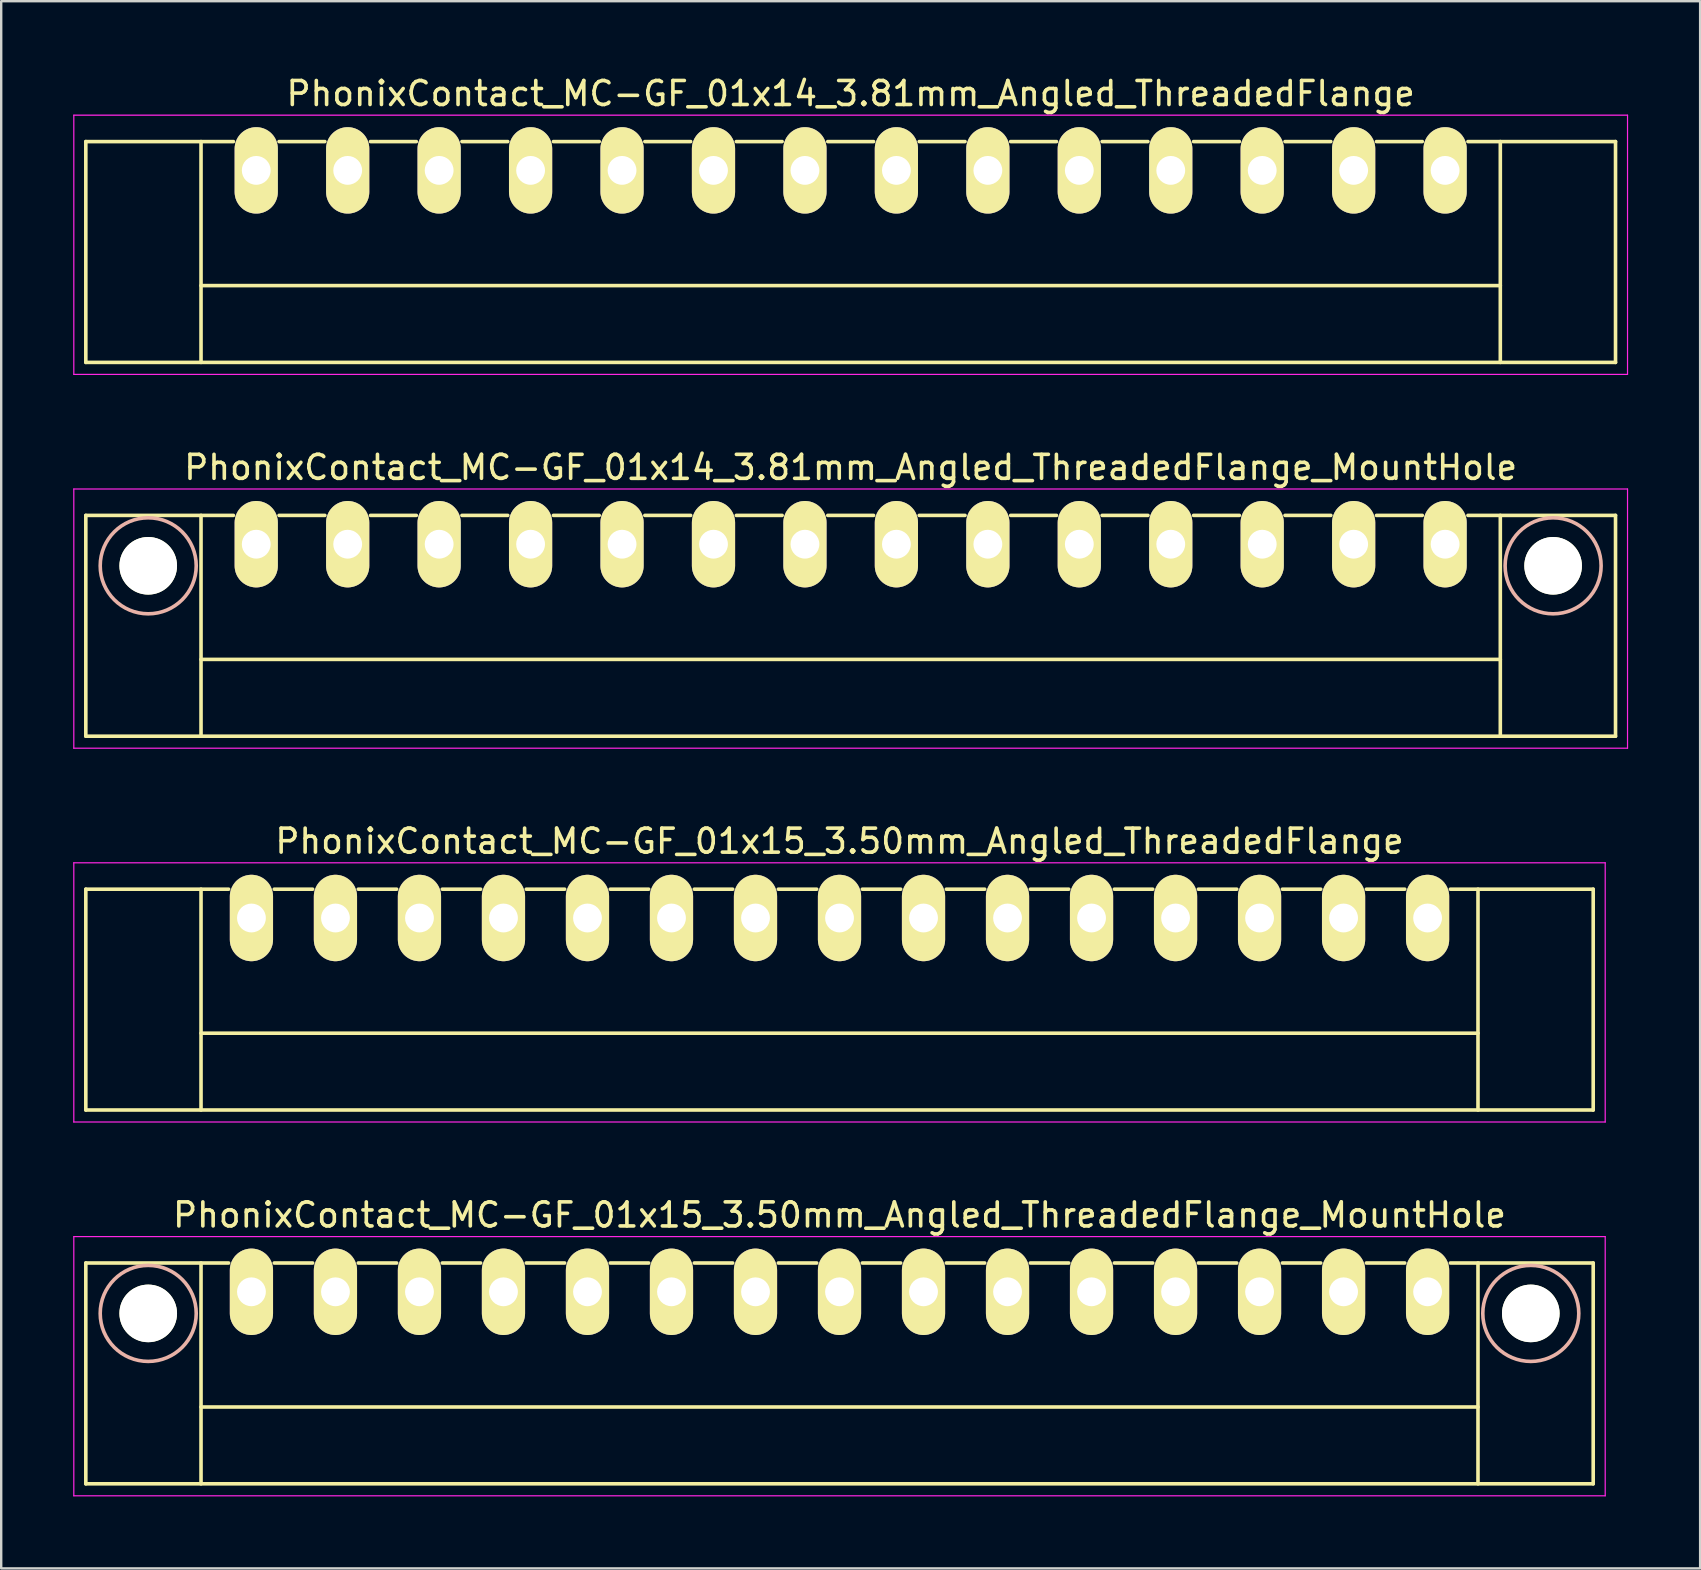
<source format=kicad_pcb>
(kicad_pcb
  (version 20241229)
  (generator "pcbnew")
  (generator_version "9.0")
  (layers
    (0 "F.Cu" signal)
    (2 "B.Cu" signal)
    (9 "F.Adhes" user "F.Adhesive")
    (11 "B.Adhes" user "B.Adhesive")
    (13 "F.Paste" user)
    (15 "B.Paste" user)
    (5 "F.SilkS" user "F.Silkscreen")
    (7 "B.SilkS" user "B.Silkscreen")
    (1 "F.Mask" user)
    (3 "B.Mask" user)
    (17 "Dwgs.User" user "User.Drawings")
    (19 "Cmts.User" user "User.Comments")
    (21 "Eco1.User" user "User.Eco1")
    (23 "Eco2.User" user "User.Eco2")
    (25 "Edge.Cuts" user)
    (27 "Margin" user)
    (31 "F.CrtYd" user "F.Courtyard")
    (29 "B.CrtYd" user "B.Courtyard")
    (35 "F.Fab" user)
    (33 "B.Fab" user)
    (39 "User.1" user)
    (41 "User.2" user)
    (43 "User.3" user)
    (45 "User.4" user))
  (footprint "PhonixContact_MC-GF_01x14_3.81mm_Angled_ThreadedFlange_MountHole"
    (layer "F.Cu")
    (at 7.625 19.622)
    (property "Reference" "PhonixContact_MC-GF_01x14_3.81mm_Angled_ThreadedFlange_MountHole" (at 24.765 -3.2 0) (layer "F.SilkS") (effects (font (size 1 1) (thickness 0.15))))
    (attr through_hole)
    (fp_line (start -7.1 -1.2) (end -7.1 8) (stroke (width 0.15) (type solid)) (layer "F.SilkS"))
    (fp_line (start -7.1 -1.2) (end -0.95 -1.2) (stroke (width 0.15) (type solid)) (layer "F.SilkS"))
    (fp_line (start -7.1 8) (end 56.63 8) (stroke (width 0.15) (type solid)) (layer "F.SilkS"))
    (fp_line (start -2.3 -1.2) (end -2.3 8) (stroke (width 0.15) (type solid)) (layer "F.SilkS"))
    (fp_line (start -2.3 4.8) (end 51.83 4.8) (stroke (width 0.15) (type solid)) (layer "F.SilkS"))
    (fp_line (start 0.95 -1.2) (end 2.86 -1.2) (stroke (width 0.15) (type solid)) (layer "F.SilkS"))
    (fp_line (start 4.76 -1.2) (end 6.67 -1.2) (stroke (width 0.15) (type solid)) (layer "F.SilkS"))
    (fp_line (start 8.57 -1.2) (end 10.48 -1.2) (stroke (width 0.15) (type solid)) (layer "F.SilkS"))
    (fp_line (start 12.38 -1.2) (end 14.29 -1.2) (stroke (width 0.15) (type solid)) (layer "F.SilkS"))
    (fp_line (start 16.19 -1.2) (end 18.1 -1.2) (stroke (width 0.15) (type solid)) (layer "F.SilkS"))
    (fp_line (start 20 -1.2) (end 21.91 -1.2) (stroke (width 0.15) (type solid)) (layer "F.SilkS"))
    (fp_line (start 23.81 -1.2) (end 25.72 -1.2) (stroke (width 0.15) (type solid)) (layer "F.SilkS"))
    (fp_line (start 27.62 -1.2) (end 29.53 -1.2) (stroke (width 0.15) (type solid)) (layer "F.SilkS"))
    (fp_line (start 31.43 -1.2) (end 33.34 -1.2) (stroke (width 0.15) (type solid)) (layer "F.SilkS"))
    (fp_line (start 35.24 -1.2) (end 37.15 -1.2) (stroke (width 0.15) (type solid)) (layer "F.SilkS"))
    (fp_line (start 39.05 -1.2) (end 40.96 -1.2) (stroke (width 0.15) (type solid)) (layer "F.SilkS"))
    (fp_line (start 42.86 -1.2) (end 44.77 -1.2) (stroke (width 0.15) (type solid)) (layer "F.SilkS"))
    (fp_line (start 46.67 -1.2) (end 48.58 -1.2) (stroke (width 0.15) (type solid)) (layer "F.SilkS"))
    (fp_line (start 51.83 -1.2) (end 51.83 8) (stroke (width 0.15) (type solid)) (layer "F.SilkS"))
    (fp_line (start 56.63 -1.2) (end 50.48 -1.2) (stroke (width 0.15) (type solid)) (layer "F.SilkS"))
    (fp_line (start 56.63 8) (end 56.63 -1.2) (stroke (width 0.15) (type solid)) (layer "F.SilkS"))
    (fp_circle (center -4.5 0.9) (end -2.5 0.9) (stroke (width 0.15) (type solid)) (fill no) (layer "B.SilkS"))
    (fp_circle (center 54.03 0.9) (end 56.03 0.9) (stroke (width 0.15) (type solid)) (fill no) (layer "B.SilkS"))
    (fp_line (start -7.6 -2.3) (end -7.6 8.5) (stroke (width 0.05) (type solid)) (layer "F.CrtYd"))
    (fp_line (start -7.6 8.5) (end 57.13 8.5) (stroke (width 0.05) (type solid)) (layer "F.CrtYd"))
    (fp_line (start 57.13 -2.3) (end -7.6 -2.3) (stroke (width 0.05) (type solid)) (layer "F.CrtYd"))
    (fp_line (start 57.13 8.5) (end 57.13 -2.3) (stroke (width 0.05) (type solid)) (layer "F.CrtYd"))
    (pad "" np_thru_hole circle (at -4.5 0.9) (size 2.4 2.4) (drill 2.4) (layers "*.Cu" "*.Mask" "F.SilkS"))
    (pad "" np_thru_hole circle (at 54.03 0.9) (size 2.4 2.4) (drill 2.4) (layers "*.Cu" "*.Mask" "F.SilkS"))
    (pad "1" thru_hole oval (at 0 0) (size 1.8 3.6) (drill 1.2) (layers "*.Cu" "*.Mask" "F.SilkS"))
    (pad "2" thru_hole oval (at 3.81 0) (size 1.8 3.6) (drill 1.2) (layers "*.Cu" "*.Mask" "F.SilkS"))
    (pad "3" thru_hole oval (at 7.62 0) (size 1.8 3.6) (drill 1.2) (layers "*.Cu" "*.Mask" "F.SilkS"))
    (pad "4" thru_hole oval (at 11.43 0) (size 1.8 3.6) (drill 1.2) (layers "*.Cu" "*.Mask" "F.SilkS"))
    (pad "5" thru_hole oval (at 15.24 0) (size 1.8 3.6) (drill 1.2) (layers "*.Cu" "*.Mask" "F.SilkS"))
    (pad "6" thru_hole oval (at 19.05 0) (size 1.8 3.6) (drill 1.2) (layers "*.Cu" "*.Mask" "F.SilkS"))
    (pad "7" thru_hole oval (at 22.86 0) (size 1.8 3.6) (drill 1.2) (layers "*.Cu" "*.Mask" "F.SilkS"))
    (pad "8" thru_hole oval (at 26.67 0) (size 1.8 3.6) (drill 1.2) (layers "*.Cu" "*.Mask" "F.SilkS"))
    (pad "9" thru_hole oval (at 30.48 0) (size 1.8 3.6) (drill 1.2) (layers "*.Cu" "*.Mask" "F.SilkS"))
    (pad "10" thru_hole oval (at 34.29 0) (size 1.8 3.6) (drill 1.2) (layers "*.Cu" "*.Mask" "F.SilkS"))
    (pad "11" thru_hole oval (at 38.1 0) (size 1.8 3.6) (drill 1.2) (layers "*.Cu" "*.Mask" "F.SilkS"))
    (pad "12" thru_hole oval (at 41.91 0) (size 1.8 3.6) (drill 1.2) (layers "*.Cu" "*.Mask" "F.SilkS"))
    (pad "13" thru_hole oval (at 45.72 0) (size 1.8 3.6) (drill 1.2) (layers "*.Cu" "*.Mask" "F.SilkS"))
    (pad "14" thru_hole oval (at 49.53 0) (size 1.8 3.6) (drill 1.2) (layers "*.Cu" "*.Mask" "F.SilkS")))
  (footprint "PhonixContact_MC-GF_01x15_3.50mm_Angled_ThreadedFlange_MountHole"
    (layer "F.Cu")
    (at 7.425 50.768)
    (property "Reference" "PhonixContact_MC-GF_01x15_3.50mm_Angled_ThreadedFlange_MountHole" (at 24.5 -3.2 0) (layer "F.SilkS") (effects (font (size 1 1) (thickness 0.15))))
    (attr through_hole)
    (fp_line (start -6.9 -1.2) (end -6.9 8) (stroke (width 0.15) (type solid)) (layer "F.SilkS"))
    (fp_line (start -6.9 -1.2) (end -0.95 -1.2) (stroke (width 0.15) (type solid)) (layer "F.SilkS"))
    (fp_line (start -6.9 8) (end 55.9 8) (stroke (width 0.15) (type solid)) (layer "F.SilkS"))
    (fp_line (start -2.1 -1.2) (end -2.1 8) (stroke (width 0.15) (type solid)) (layer "F.SilkS"))
    (fp_line (start -2.1 4.8) (end 51.1 4.8) (stroke (width 0.15) (type solid)) (layer "F.SilkS"))
    (fp_line (start 0.95 -1.2) (end 2.55 -1.2) (stroke (width 0.15) (type solid)) (layer "F.SilkS"))
    (fp_line (start 4.45 -1.2) (end 6.05 -1.2) (stroke (width 0.15) (type solid)) (layer "F.SilkS"))
    (fp_line (start 7.95 -1.2) (end 9.55 -1.2) (stroke (width 0.15) (type solid)) (layer "F.SilkS"))
    (fp_line (start 11.45 -1.2) (end 13.05 -1.2) (stroke (width 0.15) (type solid)) (layer "F.SilkS"))
    (fp_line (start 14.95 -1.2) (end 16.55 -1.2) (stroke (width 0.15) (type solid)) (layer "F.SilkS"))
    (fp_line (start 18.45 -1.2) (end 20.05 -1.2) (stroke (width 0.15) (type solid)) (layer "F.SilkS"))
    (fp_line (start 21.95 -1.2) (end 23.55 -1.2) (stroke (width 0.15) (type solid)) (layer "F.SilkS"))
    (fp_line (start 25.45 -1.2) (end 27.05 -1.2) (stroke (width 0.15) (type solid)) (layer "F.SilkS"))
    (fp_line (start 28.95 -1.2) (end 30.55 -1.2) (stroke (width 0.15) (type solid)) (layer "F.SilkS"))
    (fp_line (start 32.45 -1.2) (end 34.05 -1.2) (stroke (width 0.15) (type solid)) (layer "F.SilkS"))
    (fp_line (start 35.95 -1.2) (end 37.55 -1.2) (stroke (width 0.15) (type solid)) (layer "F.SilkS"))
    (fp_line (start 39.45 -1.2) (end 41.05 -1.2) (stroke (width 0.15) (type solid)) (layer "F.SilkS"))
    (fp_line (start 42.95 -1.2) (end 44.55 -1.2) (stroke (width 0.15) (type solid)) (layer "F.SilkS"))
    (fp_line (start 46.45 -1.2) (end 48.05 -1.2) (stroke (width 0.15) (type solid)) (layer "F.SilkS"))
    (fp_line (start 51.1 -1.2) (end 51.1 8) (stroke (width 0.15) (type solid)) (layer "F.SilkS"))
    (fp_line (start 55.9 -1.2) (end 49.95 -1.2) (stroke (width 0.15) (type solid)) (layer "F.SilkS"))
    (fp_line (start 55.9 8) (end 55.9 -1.2) (stroke (width 0.15) (type solid)) (layer "F.SilkS"))
    (fp_circle (center -4.3 0.9) (end -2.3 0.9) (stroke (width 0.15) (type solid)) (fill no) (layer "B.SilkS"))
    (fp_circle (center 53.3 0.9) (end 55.3 0.9) (stroke (width 0.15) (type solid)) (fill no) (layer "B.SilkS"))
    (fp_line (start -7.4 -2.3) (end -7.4 8.5) (stroke (width 0.05) (type solid)) (layer "F.CrtYd"))
    (fp_line (start -7.4 8.5) (end 56.4 8.5) (stroke (width 0.05) (type solid)) (layer "F.CrtYd"))
    (fp_line (start 56.4 -2.3) (end -7.4 -2.3) (stroke (width 0.05) (type solid)) (layer "F.CrtYd"))
    (fp_line (start 56.4 8.5) (end 56.4 -2.3) (stroke (width 0.05) (type solid)) (layer "F.CrtYd"))
    (pad "" np_thru_hole circle (at -4.3 0.9) (size 2.4 2.4) (drill 2.4) (layers "*.Cu" "*.Mask" "F.SilkS"))
    (pad "" np_thru_hole circle (at 53.3 0.9) (size 2.4 2.4) (drill 2.4) (layers "*.Cu" "*.Mask" "F.SilkS"))
    (pad "1" thru_hole oval (at 0 0) (size 1.8 3.6) (drill 1.2) (layers "*.Cu" "*.Mask" "F.SilkS"))
    (pad "2" thru_hole oval (at 3.5 0) (size 1.8 3.6) (drill 1.2) (layers "*.Cu" "*.Mask" "F.SilkS"))
    (pad "3" thru_hole oval (at 7 0) (size 1.8 3.6) (drill 1.2) (layers "*.Cu" "*.Mask" "F.SilkS"))
    (pad "4" thru_hole oval (at 10.5 0) (size 1.8 3.6) (drill 1.2) (layers "*.Cu" "*.Mask" "F.SilkS"))
    (pad "5" thru_hole oval (at 14 0) (size 1.8 3.6) (drill 1.2) (layers "*.Cu" "*.Mask" "F.SilkS"))
    (pad "6" thru_hole oval (at 17.5 0) (size 1.8 3.6) (drill 1.2) (layers "*.Cu" "*.Mask" "F.SilkS"))
    (pad "7" thru_hole oval (at 21 0) (size 1.8 3.6) (drill 1.2) (layers "*.Cu" "*.Mask" "F.SilkS"))
    (pad "8" thru_hole oval (at 24.5 0) (size 1.8 3.6) (drill 1.2) (layers "*.Cu" "*.Mask" "F.SilkS"))
    (pad "9" thru_hole oval (at 28 0) (size 1.8 3.6) (drill 1.2) (layers "*.Cu" "*.Mask" "F.SilkS"))
    (pad "10" thru_hole oval (at 31.5 0) (size 1.8 3.6) (drill 1.2) (layers "*.Cu" "*.Mask" "F.SilkS"))
    (pad "11" thru_hole oval (at 35 0) (size 1.8 3.6) (drill 1.2) (layers "*.Cu" "*.Mask" "F.SilkS"))
    (pad "12" thru_hole oval (at 38.5 0) (size 1.8 3.6) (drill 1.2) (layers "*.Cu" "*.Mask" "F.SilkS"))
    (pad "13" thru_hole oval (at 42 0) (size 1.8 3.6) (drill 1.2) (layers "*.Cu" "*.Mask" "F.SilkS"))
    (pad "14" thru_hole oval (at 45.5 0) (size 1.8 3.6) (drill 1.2) (layers "*.Cu" "*.Mask" "F.SilkS"))
    (pad "15" thru_hole oval (at 49 0) (size 1.8 3.6) (drill 1.2) (layers "*.Cu" "*.Mask" "F.SilkS")))
  (footprint "PhonixContact_MC-GF_01x15_3.50mm_Angled_ThreadedFlange"
    (layer "F.Cu")
    (at 7.425 35.195)
    (property "Reference" "PhonixContact_MC-GF_01x15_3.50mm_Angled_ThreadedFlange" (at 24.5 -3.2 0) (layer "F.SilkS") (effects (font (size 1 1) (thickness 0.15))))
    (attr through_hole)
    (fp_line (start -6.9 -1.2) (end -6.9 8) (stroke (width 0.15) (type solid)) (layer "F.SilkS"))
    (fp_line (start -6.9 -1.2) (end -0.95 -1.2) (stroke (width 0.15) (type solid)) (layer "F.SilkS"))
    (fp_line (start -6.9 8) (end 55.9 8) (stroke (width 0.15) (type solid)) (layer "F.SilkS"))
    (fp_line (start -2.1 -1.2) (end -2.1 8) (stroke (width 0.15) (type solid)) (layer "F.SilkS"))
    (fp_line (start -2.1 4.8) (end 51.1 4.8) (stroke (width 0.15) (type solid)) (layer "F.SilkS"))
    (fp_line (start 0.95 -1.2) (end 2.55 -1.2) (stroke (width 0.15) (type solid)) (layer "F.SilkS"))
    (fp_line (start 4.45 -1.2) (end 6.05 -1.2) (stroke (width 0.15) (type solid)) (layer "F.SilkS"))
    (fp_line (start 7.95 -1.2) (end 9.55 -1.2) (stroke (width 0.15) (type solid)) (layer "F.SilkS"))
    (fp_line (start 11.45 -1.2) (end 13.05 -1.2) (stroke (width 0.15) (type solid)) (layer "F.SilkS"))
    (fp_line (start 14.95 -1.2) (end 16.55 -1.2) (stroke (width 0.15) (type solid)) (layer "F.SilkS"))
    (fp_line (start 18.45 -1.2) (end 20.05 -1.2) (stroke (width 0.15) (type solid)) (layer "F.SilkS"))
    (fp_line (start 21.95 -1.2) (end 23.55 -1.2) (stroke (width 0.15) (type solid)) (layer "F.SilkS"))
    (fp_line (start 25.45 -1.2) (end 27.05 -1.2) (stroke (width 0.15) (type solid)) (layer "F.SilkS"))
    (fp_line (start 28.95 -1.2) (end 30.55 -1.2) (stroke (width 0.15) (type solid)) (layer "F.SilkS"))
    (fp_line (start 32.45 -1.2) (end 34.05 -1.2) (stroke (width 0.15) (type solid)) (layer "F.SilkS"))
    (fp_line (start 35.95 -1.2) (end 37.55 -1.2) (stroke (width 0.15) (type solid)) (layer "F.SilkS"))
    (fp_line (start 39.45 -1.2) (end 41.05 -1.2) (stroke (width 0.15) (type solid)) (layer "F.SilkS"))
    (fp_line (start 42.95 -1.2) (end 44.55 -1.2) (stroke (width 0.15) (type solid)) (layer "F.SilkS"))
    (fp_line (start 46.45 -1.2) (end 48.05 -1.2) (stroke (width 0.15) (type solid)) (layer "F.SilkS"))
    (fp_line (start 51.1 -1.2) (end 51.1 8) (stroke (width 0.15) (type solid)) (layer "F.SilkS"))
    (fp_line (start 55.9 -1.2) (end 49.95 -1.2) (stroke (width 0.15) (type solid)) (layer "F.SilkS"))
    (fp_line (start 55.9 8) (end 55.9 -1.2) (stroke (width 0.15) (type solid)) (layer "F.SilkS"))
    (fp_line (start -7.4 -2.3) (end -7.4 8.5) (stroke (width 0.05) (type solid)) (layer "F.CrtYd"))
    (fp_line (start -7.4 8.5) (end 56.4 8.5) (stroke (width 0.05) (type solid)) (layer "F.CrtYd"))
    (fp_line (start 56.4 -2.3) (end -7.4 -2.3) (stroke (width 0.05) (type solid)) (layer "F.CrtYd"))
    (fp_line (start 56.4 8.5) (end 56.4 -2.3) (stroke (width 0.05) (type solid)) (layer "F.CrtYd"))
    (pad "1" thru_hole oval (at 0 0) (size 1.8 3.6) (drill 1.2) (layers "*.Cu" "*.Mask" "F.SilkS"))
    (pad "2" thru_hole oval (at 3.5 0) (size 1.8 3.6) (drill 1.2) (layers "*.Cu" "*.Mask" "F.SilkS"))
    (pad "3" thru_hole oval (at 7 0) (size 1.8 3.6) (drill 1.2) (layers "*.Cu" "*.Mask" "F.SilkS"))
    (pad "4" thru_hole oval (at 10.5 0) (size 1.8 3.6) (drill 1.2) (layers "*.Cu" "*.Mask" "F.SilkS"))
    (pad "5" thru_hole oval (at 14 0) (size 1.8 3.6) (drill 1.2) (layers "*.Cu" "*.Mask" "F.SilkS"))
    (pad "6" thru_hole oval (at 17.5 0) (size 1.8 3.6) (drill 1.2) (layers "*.Cu" "*.Mask" "F.SilkS"))
    (pad "7" thru_hole oval (at 21 0) (size 1.8 3.6) (drill 1.2) (layers "*.Cu" "*.Mask" "F.SilkS"))
    (pad "8" thru_hole oval (at 24.5 0) (size 1.8 3.6) (drill 1.2) (layers "*.Cu" "*.Mask" "F.SilkS"))
    (pad "9" thru_hole oval (at 28 0) (size 1.8 3.6) (drill 1.2) (layers "*.Cu" "*.Mask" "F.SilkS"))
    (pad "10" thru_hole oval (at 31.5 0) (size 1.8 3.6) (drill 1.2) (layers "*.Cu" "*.Mask" "F.SilkS"))
    (pad "11" thru_hole oval (at 35 0) (size 1.8 3.6) (drill 1.2) (layers "*.Cu" "*.Mask" "F.SilkS"))
    (pad "12" thru_hole oval (at 38.5 0) (size 1.8 3.6) (drill 1.2) (layers "*.Cu" "*.Mask" "F.SilkS"))
    (pad "13" thru_hole oval (at 42 0) (size 1.8 3.6) (drill 1.2) (layers "*.Cu" "*.Mask" "F.SilkS"))
    (pad "14" thru_hole oval (at 45.5 0) (size 1.8 3.6) (drill 1.2) (layers "*.Cu" "*.Mask" "F.SilkS"))
    (pad "15" thru_hole oval (at 49 0) (size 1.8 3.6) (drill 1.2) (layers "*.Cu" "*.Mask" "F.SilkS")))
  (footprint "PhonixContact_MC-GF_01x14_3.81mm_Angled_ThreadedFlange"
    (layer "F.Cu")
    (at 7.625 4.048)
    (property "Reference" "PhonixContact_MC-GF_01x14_3.81mm_Angled_ThreadedFlange" (at 24.765 -3.2 0) (layer "F.SilkS") (effects (font (size 1 1) (thickness 0.15))))
    (attr through_hole)
    (fp_line (start -7.1 -1.2) (end -7.1 8) (stroke (width 0.15) (type solid)) (layer "F.SilkS"))
    (fp_line (start -7.1 -1.2) (end -0.95 -1.2) (stroke (width 0.15) (type solid)) (layer "F.SilkS"))
    (fp_line (start -7.1 8) (end 56.63 8) (stroke (width 0.15) (type solid)) (layer "F.SilkS"))
    (fp_line (start -2.3 -1.2) (end -2.3 8) (stroke (width 0.15) (type solid)) (layer "F.SilkS"))
    (fp_line (start -2.3 4.8) (end 51.83 4.8) (stroke (width 0.15) (type solid)) (layer "F.SilkS"))
    (fp_line (start 0.95 -1.2) (end 2.86 -1.2) (stroke (width 0.15) (type solid)) (layer "F.SilkS"))
    (fp_line (start 4.76 -1.2) (end 6.67 -1.2) (stroke (width 0.15) (type solid)) (layer "F.SilkS"))
    (fp_line (start 8.57 -1.2) (end 10.48 -1.2) (stroke (width 0.15) (type solid)) (layer "F.SilkS"))
    (fp_line (start 12.38 -1.2) (end 14.29 -1.2) (stroke (width 0.15) (type solid)) (layer "F.SilkS"))
    (fp_line (start 16.19 -1.2) (end 18.1 -1.2) (stroke (width 0.15) (type solid)) (layer "F.SilkS"))
    (fp_line (start 20 -1.2) (end 21.91 -1.2) (stroke (width 0.15) (type solid)) (layer "F.SilkS"))
    (fp_line (start 23.81 -1.2) (end 25.72 -1.2) (stroke (width 0.15) (type solid)) (layer "F.SilkS"))
    (fp_line (start 27.62 -1.2) (end 29.53 -1.2) (stroke (width 0.15) (type solid)) (layer "F.SilkS"))
    (fp_line (start 31.43 -1.2) (end 33.34 -1.2) (stroke (width 0.15) (type solid)) (layer "F.SilkS"))
    (fp_line (start 35.24 -1.2) (end 37.15 -1.2) (stroke (width 0.15) (type solid)) (layer "F.SilkS"))
    (fp_line (start 39.05 -1.2) (end 40.96 -1.2) (stroke (width 0.15) (type solid)) (layer "F.SilkS"))
    (fp_line (start 42.86 -1.2) (end 44.77 -1.2) (stroke (width 0.15) (type solid)) (layer "F.SilkS"))
    (fp_line (start 46.67 -1.2) (end 48.58 -1.2) (stroke (width 0.15) (type solid)) (layer "F.SilkS"))
    (fp_line (start 51.83 -1.2) (end 51.83 8) (stroke (width 0.15) (type solid)) (layer "F.SilkS"))
    (fp_line (start 56.63 -1.2) (end 50.48 -1.2) (stroke (width 0.15) (type solid)) (layer "F.SilkS"))
    (fp_line (start 56.63 8) (end 56.63 -1.2) (stroke (width 0.15) (type solid)) (layer "F.SilkS"))
    (fp_line (start -7.6 -2.3) (end -7.6 8.5) (stroke (width 0.05) (type solid)) (layer "F.CrtYd"))
    (fp_line (start -7.6 8.5) (end 57.13 8.5) (stroke (width 0.05) (type solid)) (layer "F.CrtYd"))
    (fp_line (start 57.13 -2.3) (end -7.6 -2.3) (stroke (width 0.05) (type solid)) (layer "F.CrtYd"))
    (fp_line (start 57.13 8.5) (end 57.13 -2.3) (stroke (width 0.05) (type solid)) (layer "F.CrtYd"))
    (pad "1" thru_hole oval (at 0 0) (size 1.8 3.6) (drill 1.2) (layers "*.Cu" "*.Mask" "F.SilkS"))
    (pad "2" thru_hole oval (at 3.81 0) (size 1.8 3.6) (drill 1.2) (layers "*.Cu" "*.Mask" "F.SilkS"))
    (pad "3" thru_hole oval (at 7.62 0) (size 1.8 3.6) (drill 1.2) (layers "*.Cu" "*.Mask" "F.SilkS"))
    (pad "4" thru_hole oval (at 11.43 0) (size 1.8 3.6) (drill 1.2) (layers "*.Cu" "*.Mask" "F.SilkS"))
    (pad "5" thru_hole oval (at 15.24 0) (size 1.8 3.6) (drill 1.2) (layers "*.Cu" "*.Mask" "F.SilkS"))
    (pad "6" thru_hole oval (at 19.05 0) (size 1.8 3.6) (drill 1.2) (layers "*.Cu" "*.Mask" "F.SilkS"))
    (pad "7" thru_hole oval (at 22.86 0) (size 1.8 3.6) (drill 1.2) (layers "*.Cu" "*.Mask" "F.SilkS"))
    (pad "8" thru_hole oval (at 26.67 0) (size 1.8 3.6) (drill 1.2) (layers "*.Cu" "*.Mask" "F.SilkS"))
    (pad "9" thru_hole oval (at 30.48 0) (size 1.8 3.6) (drill 1.2) (layers "*.Cu" "*.Mask" "F.SilkS"))
    (pad "10" thru_hole oval (at 34.29 0) (size 1.8 3.6) (drill 1.2) (layers "*.Cu" "*.Mask" "F.SilkS"))
    (pad "11" thru_hole oval (at 38.1 0) (size 1.8 3.6) (drill 1.2) (layers "*.Cu" "*.Mask" "F.SilkS"))
    (pad "12" thru_hole oval (at 41.91 0) (size 1.8 3.6) (drill 1.2) (layers "*.Cu" "*.Mask" "F.SilkS"))
    (pad "13" thru_hole oval (at 45.72 0) (size 1.8 3.6) (drill 1.2) (layers "*.Cu" "*.Mask" "F.SilkS"))
    (pad "14" thru_hole oval (at 49.53 0) (size 1.8 3.6) (drill 1.2) (layers "*.Cu" "*.Mask" "F.SilkS")))
  (gr_rect
    (start -3 -3)
    (end 67.78 62.293)
    (stroke (width 0.1) (type default))
    (fill no)
    (layer "Edge.Cuts")))
</source>
